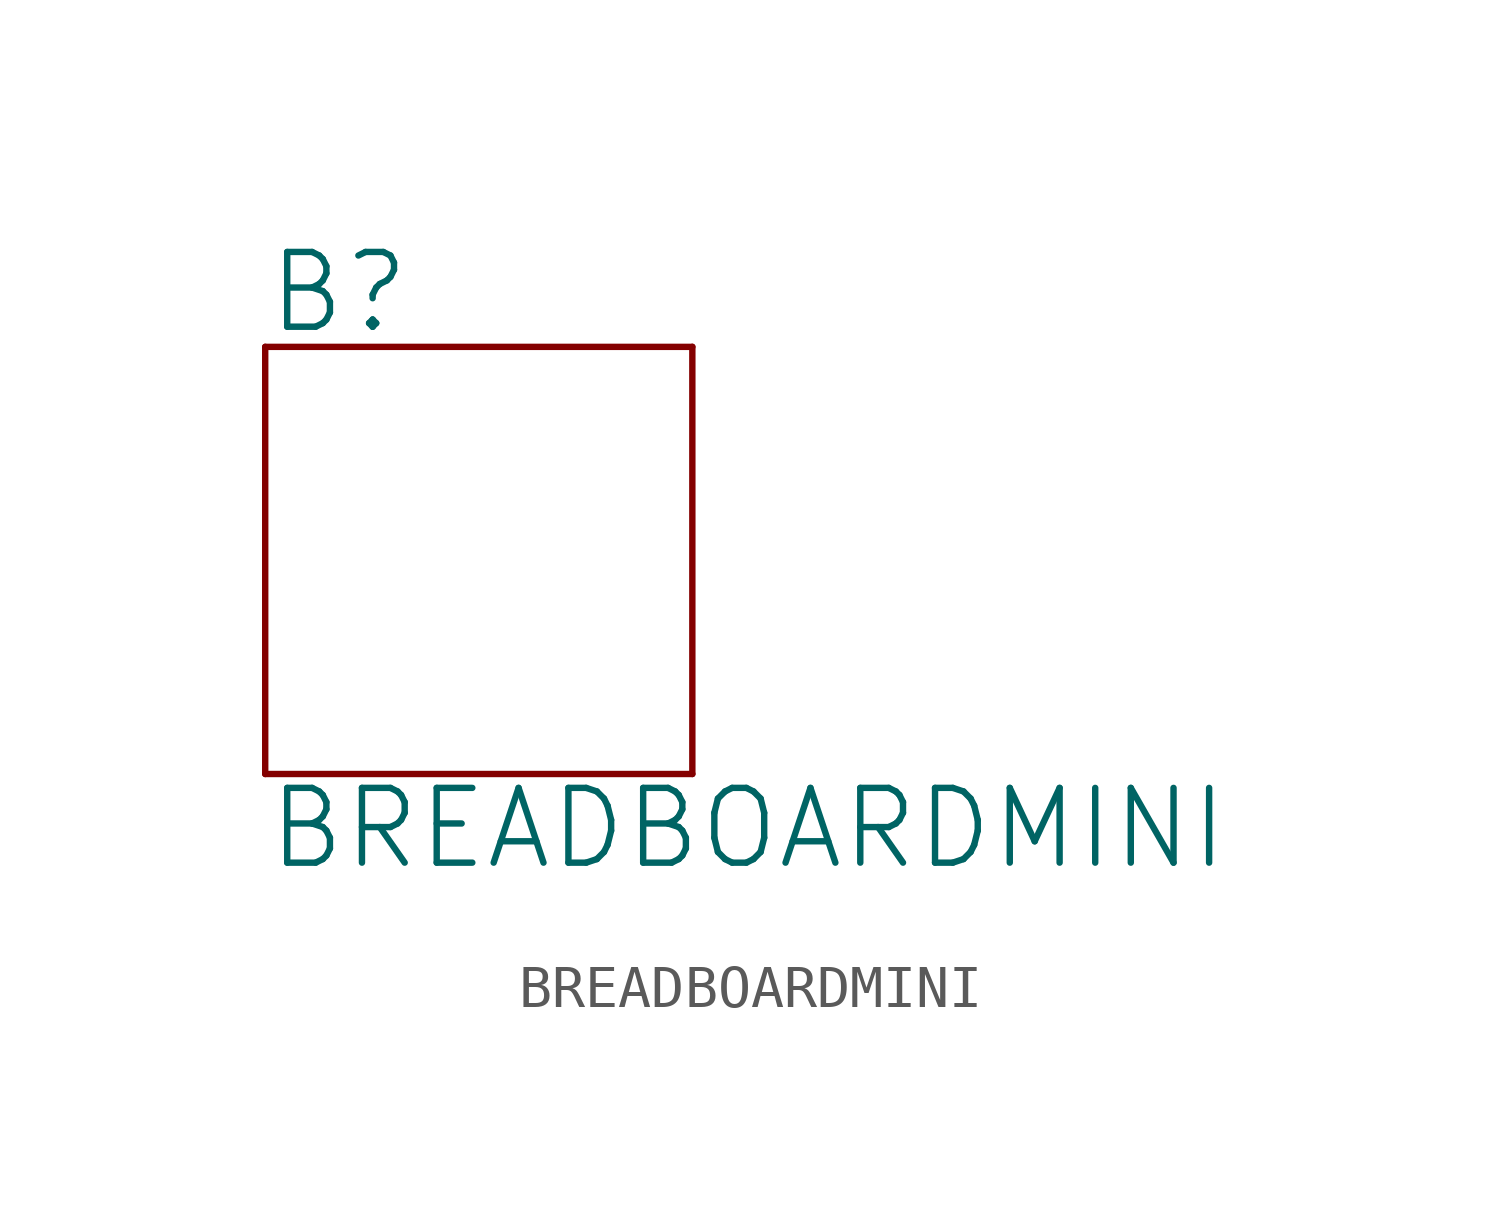
<source format=kicad_sym>
(kicad_symbol_lib
  (version 20231120)
  (generator "kicad_symbol_editor")
  (generator_version "8.0")
  (symbol "BREADBOARDMINI"
    (pin_names
      (offset 1.016))
    (property "Reference" "B"
      (at -5.08 5.334 0)
      (effects (font (size 1.778 1.778)) (justify left bottom)))
    (property "Value" "BREADBOARDMINI"
      (at -5.08 -5.334 0)
      (effects (font (size 1.778 1.778)) (justify left top)))
    (property "ki_locked" ""
      (at 0 0 0)
      (effects (font (size 1.27 1.27))))
    (symbol "BREADBOARDMINI_1_0"
      (polyline (pts (xy -5.08 -5.08) (xy 5.08 -5.08)) (stroke (width 0) (type solid)) (fill (type none)))
      (polyline (pts (xy -5.08 5.08) (xy -5.08 -5.08)) (stroke (width 0) (type solid)) (fill (type none)))
      (polyline (pts (xy 5.08 -5.08) (xy 5.08 5.08)) (stroke (width 0) (type solid)) (fill (type none)))
      (polyline (pts (xy 5.08 5.08) (xy -5.08 5.08)) (stroke (width 0) (type solid)) (fill (type none))))))
</source>
